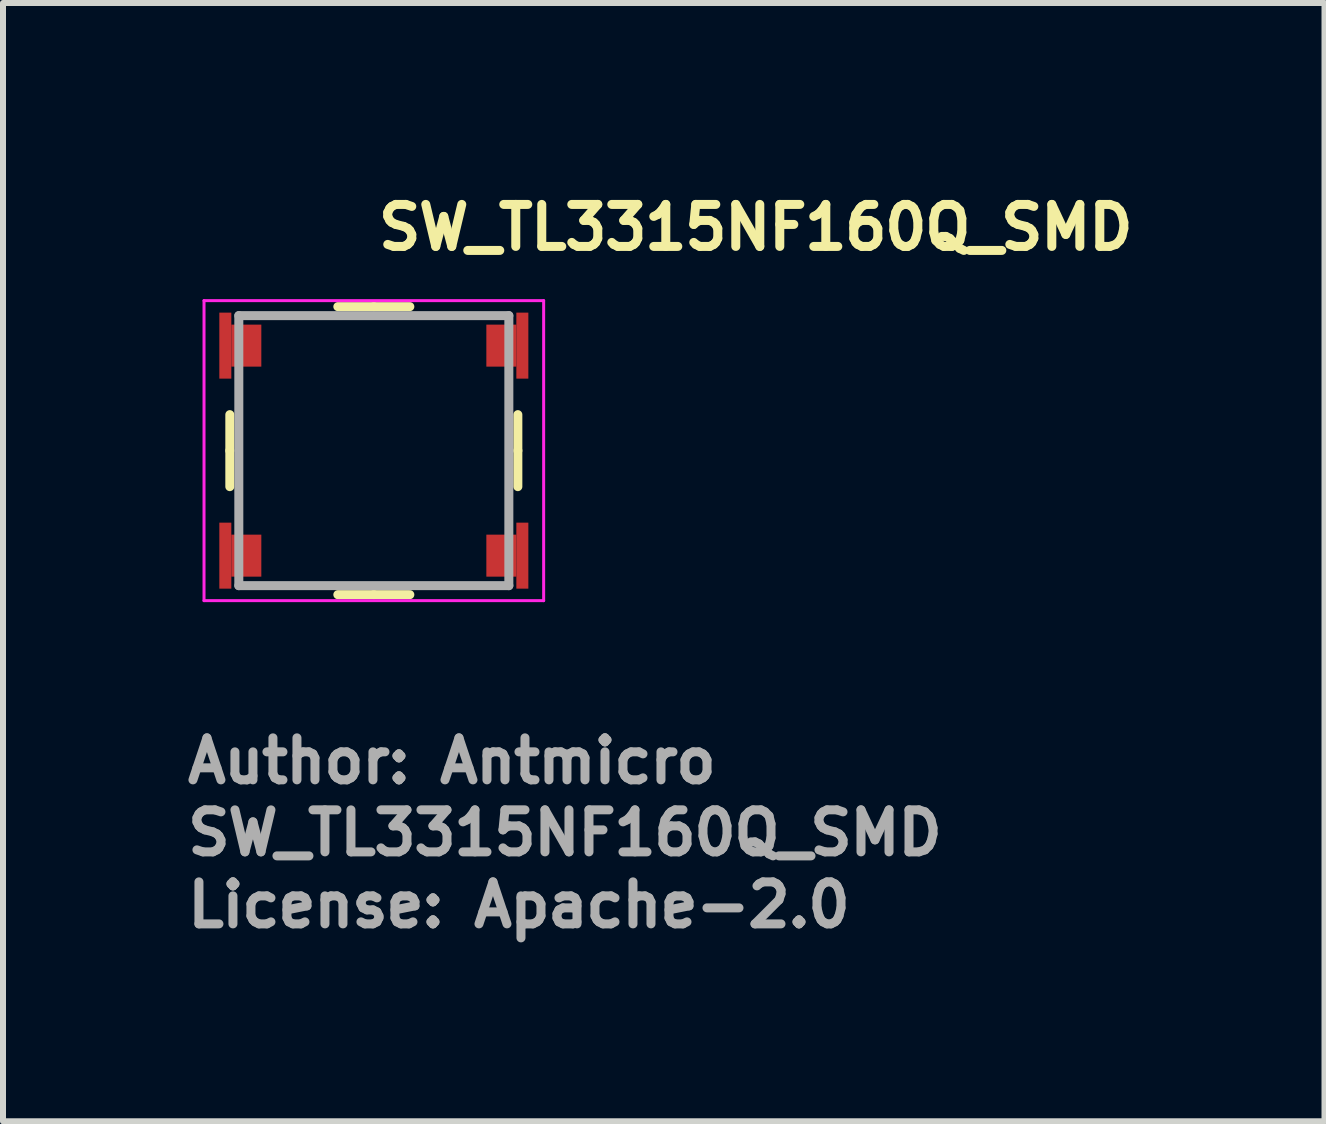
<source format=kicad_pcb>
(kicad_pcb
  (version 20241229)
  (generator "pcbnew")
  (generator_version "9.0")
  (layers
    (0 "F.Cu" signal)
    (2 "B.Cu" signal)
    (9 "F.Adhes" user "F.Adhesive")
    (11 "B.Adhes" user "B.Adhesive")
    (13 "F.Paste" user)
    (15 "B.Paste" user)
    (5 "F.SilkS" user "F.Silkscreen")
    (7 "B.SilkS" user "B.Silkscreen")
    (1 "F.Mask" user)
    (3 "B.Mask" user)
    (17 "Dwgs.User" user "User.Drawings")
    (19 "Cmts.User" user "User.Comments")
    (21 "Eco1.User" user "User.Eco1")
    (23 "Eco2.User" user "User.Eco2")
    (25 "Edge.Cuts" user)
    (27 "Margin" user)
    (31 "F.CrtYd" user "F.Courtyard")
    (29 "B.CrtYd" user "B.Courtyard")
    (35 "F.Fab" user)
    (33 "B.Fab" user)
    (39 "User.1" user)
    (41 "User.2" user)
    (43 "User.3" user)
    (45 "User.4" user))
  (footprint "SW_TL3315NF160Q_SMD"
    (layer "F.Cu")
    (at 3.18 4.46)
    (property "Reference" "SW_TL3315NF160Q_SMD" (at 0 -3.31 0) (layer "F.SilkS") (effects (font (size 0.7 0.7) (thickness 0.15)) (justify left bottom)))
    (attr smd)
    (fp_line (start -2.4 0) (end -2.4 -0.6) (stroke (width 0.15) (type solid)) (layer "F.SilkS"))
    (fp_line (start -2.4 0) (end -2.4 0.6) (stroke (width 0.15) (type solid)) (layer "F.SilkS"))
    (fp_line (start 0 -2.4) (end -0.6 -2.4) (stroke (width 0.15) (type solid)) (layer "F.SilkS"))
    (fp_line (start 0 -2.4) (end 0.6 -2.4) (stroke (width 0.15) (type solid)) (layer "F.SilkS"))
    (fp_line (start 0 2.4) (end -0.6 2.4) (stroke (width 0.15) (type solid)) (layer "F.SilkS"))
    (fp_line (start 0 2.4) (end 0.6 2.4) (stroke (width 0.15) (type solid)) (layer "F.SilkS"))
    (fp_line (start 2.4 0) (end 2.4 -0.6) (stroke (width 0.15) (type solid)) (layer "F.SilkS"))
    (fp_line (start 2.4 0) (end 2.4 0.6) (stroke (width 0.15) (type solid)) (layer "F.SilkS"))
    (fp_line (start -2.83 -2.5) (end -2.83 2.5) (stroke (width 0.05) (type solid)) (layer "F.CrtYd"))
    (fp_line (start -2.83 -2.5) (end 2.83 -2.5) (stroke (width 0.05) (type solid)) (layer "F.CrtYd"))
    (fp_line (start -2.83 2.5) (end 2.83 2.5) (stroke (width 0.05) (type solid)) (layer "F.CrtYd"))
    (fp_line (start 2.83 -2.5) (end 2.83 2.5) (stroke (width 0.05) (type solid)) (layer "F.CrtYd"))
    (fp_line (start -2.25 2.25) (end -2.25 -2.25) (stroke (width 0.15) (type solid)) (layer "F.Fab"))
    (fp_line (start -2.25 2.25) (end 2.25 2.25) (stroke (width 0.15) (type solid)) (layer "F.Fab"))
    (fp_line (start 2.25 -2.25) (end -2.25 -2.25) (stroke (width 0.15) (type solid)) (layer "F.Fab"))
    (fp_line (start 2.25 2.25) (end 2.25 -2.25) (stroke (width 0.15) (type solid)) (layer "F.Fab"))
    (fp_rect (start -2.375 -2.25) (end 2.375 2.25) (stroke (width 0.15) (type solid)) (fill no) (layer "User.5"))
    (fp_line (start -2.375 -2) (end -2.375 -1.5) (stroke (width 0.01) (type solid)) (layer "User.9"))
    (fp_line (start -2.375 -1.5) (end -2.15 -1.5) (stroke (width 0.01) (type solid)) (layer "User.9"))
    (fp_line (start -2.375 1.5) (end -2.375 2) (stroke (width 0.01) (type solid)) (layer "User.9"))
    (fp_line (start -2.375 2) (end -2.15 2) (stroke (width 0.01) (type solid)) (layer "User.9"))
    (fp_line (start -2.25 -1.1) (end -1.85 -1.25) (stroke (width 0.01) (type solid)) (layer "User.9"))
    (fp_line (start -2.25 1.1) (end -2.25 -1.1) (stroke (width 0.01) (type solid)) (layer "User.9"))
    (fp_line (start -2.15 -2) (end -2.375 -2) (stroke (width 0.01) (type solid)) (layer "User.9"))
    (fp_line (start -2.15 -2) (end -2.15 -1.5) (stroke (width 0.01) (type solid)) (layer "User.9"))
    (fp_line (start -2.15 -1.5) (end -2.066 -1.5) (stroke (width 0.01) (type solid)) (layer "User.9"))
    (fp_line (start -2.15 1.5) (end -2.375 1.5) (stroke (width 0.01) (type solid)) (layer "User.9"))
    (fp_line (start -2.15 1.5) (end -2.15 2) (stroke (width 0.01) (type solid)) (layer "User.9"))
    (fp_line (start -2.15 2) (end -2.066 2) (stroke (width 0.01) (type solid)) (layer "User.9"))
    (fp_line (start -2.066 -2) (end -2.15 -2) (stroke (width 0.01) (type solid)) (layer "User.9"))
    (fp_line (start -2.066 -2) (end -2.066 -1.5) (stroke (width 0.01) (type solid)) (layer "User.9"))
    (fp_line (start -2.066 -1.5) (end -1.85 -1.5) (stroke (width 0.01) (type solid)) (layer "User.9"))
    (fp_line (start -2.066 1.5) (end -2.15 1.5) (stroke (width 0.01) (type solid)) (layer "User.9"))
    (fp_line (start -2.066 1.5) (end -2.066 2) (stroke (width 0.01) (type solid)) (layer "User.9"))
    (fp_line (start -2.066 2) (end -1.85 2) (stroke (width 0.01) (type solid)) (layer "User.9"))
    (fp_line (start -1.85 -2.25) (end 1.85 -2.25) (stroke (width 0.01) (type solid)) (layer "User.9"))
    (fp_line (start -1.85 -2) (end -2.066 -2) (stroke (width 0.01) (type solid)) (layer "User.9"))
    (fp_line (start -1.85 -1.25) (end -1.85 -2.25) (stroke (width 0.01) (type solid)) (layer "User.9"))
    (fp_line (start -1.85 1.25) (end -2.25 1.1) (stroke (width 0.01) (type solid)) (layer "User.9"))
    (fp_line (start -1.85 1.5) (end -2.066 1.5) (stroke (width 0.01) (type solid)) (layer "User.9"))
    (fp_line (start -1.85 2.25) (end -1.85 1.25) (stroke (width 0.01) (type solid)) (layer "User.9"))
    (fp_line (start 1.85 -2.25) (end 1.85 -1.25) (stroke (width 0.01) (type solid)) (layer "User.9"))
    (fp_line (start 1.85 -1.5) (end 2.066 -1.5) (stroke (width 0.01) (type solid)) (layer "User.9"))
    (fp_line (start 1.85 -1.25) (end 2.25 -1.1) (stroke (width 0.01) (type solid)) (layer "User.9"))
    (fp_line (start 1.85 1.25) (end 1.85 2.25) (stroke (width 0.01) (type solid)) (layer "User.9"))
    (fp_line (start 1.85 2) (end 2.066 2) (stroke (width 0.01) (type solid)) (layer "User.9"))
    (fp_line (start 1.85 2.25) (end -1.85 2.25) (stroke (width 0.01) (type solid)) (layer "User.9"))
    (fp_line (start 2.066 -2) (end 1.85 -2) (stroke (width 0.01) (type solid)) (layer "User.9"))
    (fp_line (start 2.066 -2) (end 2.066 -1.5) (stroke (width 0.01) (type solid)) (layer "User.9"))
    (fp_line (start 2.066 -1.5) (end 2.15 -1.5) (stroke (width 0.01) (type solid)) (layer "User.9"))
    (fp_line (start 2.066 1.5) (end 1.85 1.5) (stroke (width 0.01) (type solid)) (layer "User.9"))
    (fp_line (start 2.066 1.5) (end 2.066 2) (stroke (width 0.01) (type solid)) (layer "User.9"))
    (fp_line (start 2.066 2) (end 2.15 2) (stroke (width 0.01) (type solid)) (layer "User.9"))
    (fp_line (start 2.15 -2) (end 2.066 -2) (stroke (width 0.01) (type solid)) (layer "User.9"))
    (fp_line (start 2.15 -2) (end 2.15 -1.5) (stroke (width 0.01) (type solid)) (layer "User.9"))
    (fp_line (start 2.15 -1.5) (end 2.375 -1.5) (stroke (width 0.01) (type solid)) (layer "User.9"))
    (fp_line (start 2.15 1.5) (end 2.066 1.5) (stroke (width 0.01) (type solid)) (layer "User.9"))
    (fp_line (start 2.15 1.5) (end 2.15 2) (stroke (width 0.01) (type solid)) (layer "User.9"))
    (fp_line (start 2.15 2) (end 2.375 2) (stroke (width 0.01) (type solid)) (layer "User.9"))
    (fp_line (start 2.25 -1.1) (end 2.25 1.1) (stroke (width 0.01) (type solid)) (layer "User.9"))
    (fp_line (start 2.25 1.1) (end 1.85 1.25) (stroke (width 0.01) (type solid)) (layer "User.9"))
    (fp_line (start 2.375 -2) (end 2.15 -2) (stroke (width 0.01) (type solid)) (layer "User.9"))
    (fp_line (start 2.375 -2) (end 2.375 -1.5) (stroke (width 0.01) (type solid)) (layer "User.9"))
    (fp_line (start 2.375 1.5) (end 2.15 1.5) (stroke (width 0.01) (type solid)) (layer "User.9"))
    (fp_line (start 2.375 1.5) (end 2.375 2) (stroke (width 0.01) (type solid)) (layer "User.9"))
    (fp_text user "License: Apache-2.0" (at -3.18 7.98 0) (layer "F.Fab") (effects (font (size 0.7 0.7) (thickness 0.15)) (justify left bottom)))
    (fp_text user "Author: Antmicro" (at -3.18 5.58 0) (layer "F.Fab") (effects (font (size 0.7 0.7) (thickness 0.15)) (justify left bottom)))
    (fp_text user "${REFERENCE}" (at -3.18 6.78 0) (layer "F.Fab") (effects (font (size 0.7 0.7) (thickness 0.15)) (justify left bottom)))
    (pad "1" smd rect (at -2.475 -1.75) (size 0.2 1.1) (layers "F.Cu" "F.Mask" "F.Paste"))
    (pad "1" smd rect (at -2.125 -1.75) (size 0.5 0.7) (layers "F.Cu" "F.Mask" "F.Paste"))
    (pad "2" smd rect (at 2.125 -1.75) (size 0.5 0.7) (layers "F.Cu" "F.Mask" "F.Paste"))
    (pad "2" smd rect (at 2.475 -1.75) (size 0.2 1.1) (layers "F.Cu" "F.Mask" "F.Paste"))
    (pad "3" smd rect (at -2.475 1.75) (size 0.2 1.1) (layers "F.Cu" "F.Mask" "F.Paste"))
    (pad "3" smd rect (at -2.125 1.75) (size 0.5 0.7) (layers "F.Cu" "F.Mask" "F.Paste"))
    (pad "4" smd rect (at 2.125 1.75) (size 0.5 0.7) (layers "F.Cu" "F.Mask" "F.Paste"))
    (pad "4" smd rect (at 2.475 1.75) (size 0.2 1.1) (layers "F.Cu" "F.Mask" "F.Paste")))
  (gr_rect
    (start -3 -3)
    (end 19.023 15.636)
    (stroke (width 0.1) (type default))
    (fill no)
    (layer "Edge.Cuts")))
</source>
